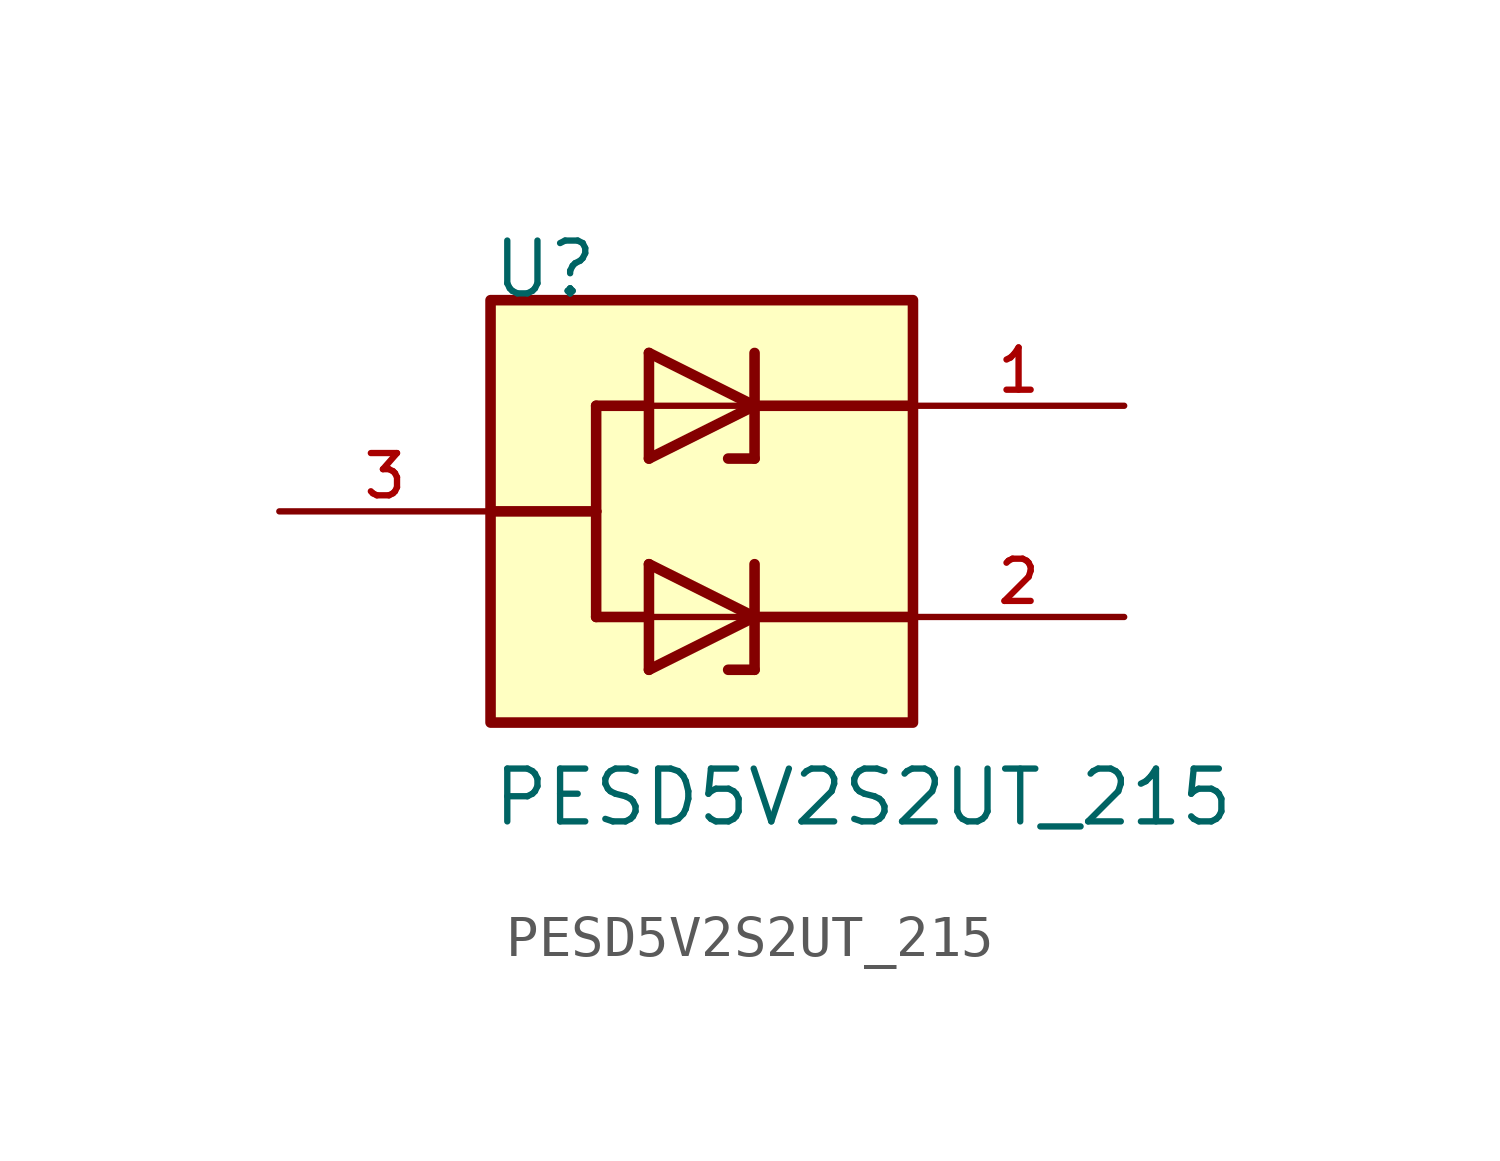
<source format=kicad_sym>
(kicad_symbol_lib
  (version 20211014)
  (generator kicad_symbol_editor)
  (symbol "PESD5V2S2UT_215"
    (pin_names
      (offset 1.016))
    (property "Reference" "U"
      (at -5.08 5.08 0)
      (effects (font (size 1.27 1.27)) (justify bottom left)))
    (property "Value" "PESD5V2S2UT_215"
      (at -5.08 -7.62 0)
      (effects (font (size 1.27 1.27)) (justify bottom left)))
    (symbol "PESD5V2S2UT_215_0_0"
      (polyline (pts (xy -1.27 1.27) (xy 1.27 2.54)) (stroke (width 0.254)))
      (polyline (pts (xy 1.27 2.54) (xy -1.27 3.81)) (stroke (width 0.254)))
      (polyline (pts (xy 1.27 3.81) (xy 1.27 2.54)) (stroke (width 0.254)))
      (polyline (pts (xy -1.27 3.81) (xy -1.27 2.54)) (stroke (width 0.254)))
      (polyline (pts (xy -1.27 2.54) (xy -1.27 1.27)) (stroke (width 0.254)))
      (polyline (pts (xy 1.27 2.54) (xy 1.27 1.27)) (stroke (width 0.254)))
      (polyline (pts (xy 1.27 1.27) (xy 0.635 1.27)) (stroke (width 0.254)))
      (polyline (pts (xy -1.27 2.54) (xy 1.27 2.54)) (stroke (width 0.152)))
      (polyline (pts (xy -1.27 -3.81) (xy 1.27 -2.54)) (stroke (width 0.254)))
      (polyline (pts (xy 1.27 -2.54) (xy -1.27 -1.27)) (stroke (width 0.254)))
      (polyline (pts (xy 1.27 -1.27) (xy 1.27 -2.54)) (stroke (width 0.254)))
      (polyline (pts (xy -1.27 -1.27) (xy -1.27 -2.54)) (stroke (width 0.254)))
      (polyline (pts (xy -1.27 -2.54) (xy -1.27 -3.81)) (stroke (width 0.254)))
      (polyline (pts (xy 1.27 -2.54) (xy 1.27 -3.81)) (stroke (width 0.254)))
      (polyline (pts (xy 1.27 -3.81) (xy 0.635 -3.81)) (stroke (width 0.254)))
      (polyline (pts (xy -1.27 -2.54) (xy 1.27 -2.54)) (stroke (width 0.152)))
      (polyline (pts (xy -1.27 2.54) (xy -2.54 2.54)) (stroke (width 0.254)))
      (polyline (pts (xy -2.54 2.54) (xy -2.54 0.0)) (stroke (width 0.254)))
      (polyline (pts (xy -2.54 0.0) (xy -2.54 -2.54)) (stroke (width 0.254)))
      (polyline (pts (xy -2.54 -2.54) (xy -1.27 -2.54)) (stroke (width 0.254)))
      (polyline (pts (xy -2.54 0.0) (xy -5.08 0.0)) (stroke (width 0.254)))
      (polyline (pts (xy 1.27 2.54) (xy 5.08 2.54)) (stroke (width 0.254)))
      (polyline (pts (xy 1.27 -2.54) (xy 5.08 -2.54)) (stroke (width 0.254)))
      (rectangle (start -5.08 -5.08) (end 5.08 5.08) (stroke (width 0.254)) (fill (type background)))
      (pin passive line (at 10.16 2.54 180.0) (length 5.08) (name "~" (effects (font (size 1.016 1.016)))) (number "1" (effects (font (size 1.016 1.016)))))
      (pin passive line (at 10.16 -2.54 180.0) (length 5.08) (name "~" (effects (font (size 1.016 1.016)))) (number "2" (effects (font (size 1.016 1.016)))))
      (pin passive line (at -10.16 0.0 0) (length 5.08) (name "~" (effects (font (size 1.016 1.016)))) (number "3" (effects (font (size 1.016 1.016))))))))
</source>
